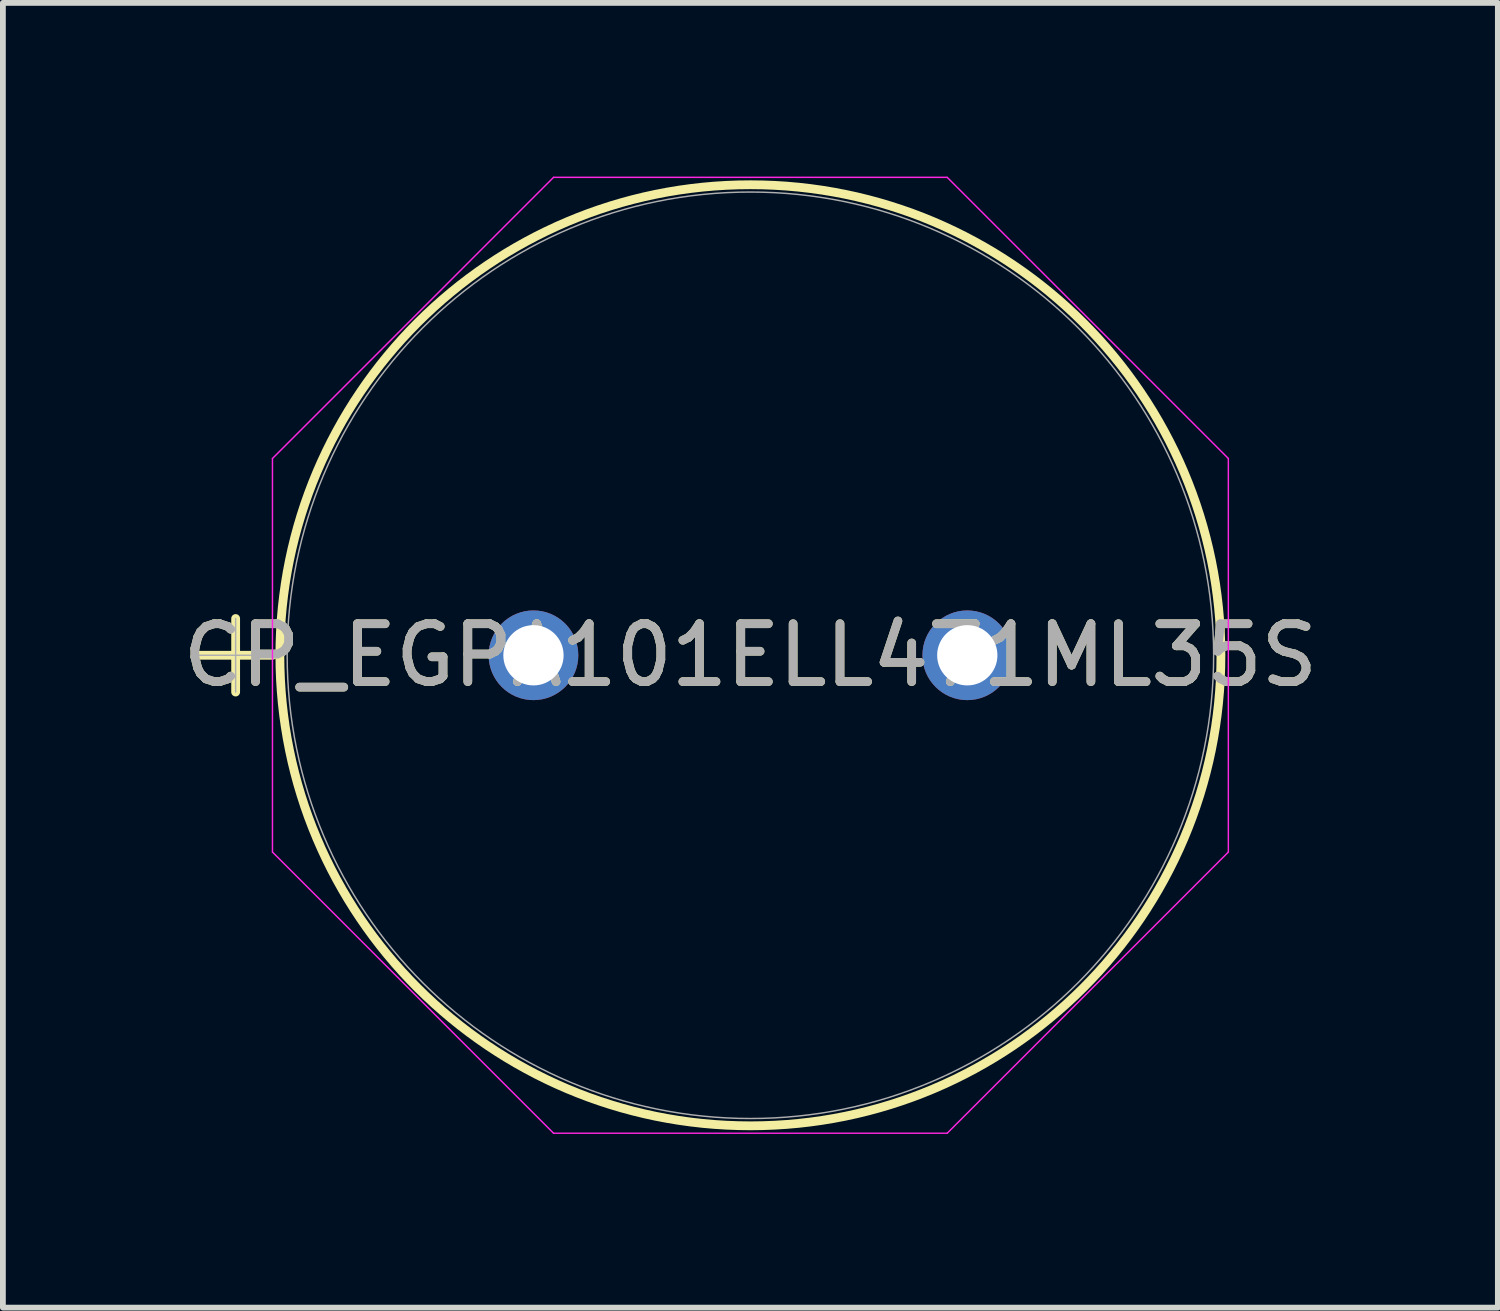
<source format=kicad_pcb>
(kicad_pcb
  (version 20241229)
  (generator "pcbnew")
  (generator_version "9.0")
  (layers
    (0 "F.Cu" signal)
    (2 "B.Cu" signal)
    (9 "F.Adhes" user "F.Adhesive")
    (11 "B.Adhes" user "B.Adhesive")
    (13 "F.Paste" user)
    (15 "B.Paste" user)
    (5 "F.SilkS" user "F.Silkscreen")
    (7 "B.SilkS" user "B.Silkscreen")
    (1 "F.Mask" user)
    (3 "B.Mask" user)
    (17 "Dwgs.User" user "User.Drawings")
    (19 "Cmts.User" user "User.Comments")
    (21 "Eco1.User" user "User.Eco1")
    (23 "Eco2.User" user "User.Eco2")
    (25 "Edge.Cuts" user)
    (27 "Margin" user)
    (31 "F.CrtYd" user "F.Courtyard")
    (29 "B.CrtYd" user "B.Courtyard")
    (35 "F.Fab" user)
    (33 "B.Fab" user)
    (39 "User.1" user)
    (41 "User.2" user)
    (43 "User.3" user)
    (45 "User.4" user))
  (footprint "CP_EGPA101ELL471ML35S"
    (layer "F.Cu")
    (at 6.164 8.268)
    (property "Reference" "CP_EGPA101ELL471ML35S" (at 3.747 0 0) (unlocked yes) (layer "F.SilkS") (effects (font (size 1 1) (thickness 0.15))))
    (attr through_hole)
    (fp_line (start -5.779 0) (end -4.508 0) (stroke (width 0.152) (type solid)) (layer "F.SilkS"))
    (fp_line (start -5.144 -0.635) (end -5.144 0.635) (stroke (width 0.152) (type solid)) (layer "F.SilkS"))
    (fp_circle (center 3.747 0) (end 11.874 0) (stroke (width 0.152) (type solid)) (fill no) (layer "F.SilkS"))
    (fp_line (start -4.508 -3.399) (end 0.347 -8.255) (stroke (width 0.025) (type solid)) (layer "F.CrtYd"))
    (fp_line (start -4.508 3.399) (end -4.508 -3.399) (stroke (width 0.025) (type solid)) (layer "F.CrtYd"))
    (fp_line (start 0.347 -8.255) (end 7.146 -8.255) (stroke (width 0.025) (type solid)) (layer "F.CrtYd"))
    (fp_line (start 0.347 8.255) (end -4.508 3.399) (stroke (width 0.025) (type solid)) (layer "F.CrtYd"))
    (fp_line (start 7.146 -8.255) (end 12.002 -3.399) (stroke (width 0.025) (type solid)) (layer "F.CrtYd"))
    (fp_line (start 7.146 8.255) (end 0.347 8.255) (stroke (width 0.025) (type solid)) (layer "F.CrtYd"))
    (fp_line (start 12.002 -3.399) (end 12.002 3.399) (stroke (width 0.025) (type solid)) (layer "F.CrtYd"))
    (fp_line (start 12.002 3.399) (end 7.146 8.255) (stroke (width 0.025) (type solid)) (layer "F.CrtYd"))
    (fp_line (start -5.779 0) (end -4.508 0) (stroke (width 0.025) (type solid)) (layer "F.Fab"))
    (fp_line (start -5.144 -0.635) (end -5.144 0.635) (stroke (width 0.025) (type solid)) (layer "F.Fab"))
    (fp_circle (center 3.747 0) (end 11.748 0) (stroke (width 0.025) (type solid)) (fill no) (layer "F.Fab"))
    (fp_text user "${REFERENCE}" (at 3.747 0 0) (unlocked yes) (layer "F.Fab") (effects (font (size 1 1) (thickness 0.15))))
    (pad "1" thru_hole circle (at 0 0) (size 1.549 1.549) (drill 1.041) (layers "*.Cu" "*.Mask"))
    (pad "2" thru_hole circle (at 7.493 0) (size 1.549 1.549) (drill 1.041) (layers "*.Cu" "*.Mask")))
  (gr_rect
    (start -3 -3)
    (end 22.821 19.535)
    (stroke (width 0.1) (type default))
    (fill no)
    (layer "Edge.Cuts")))
</source>
